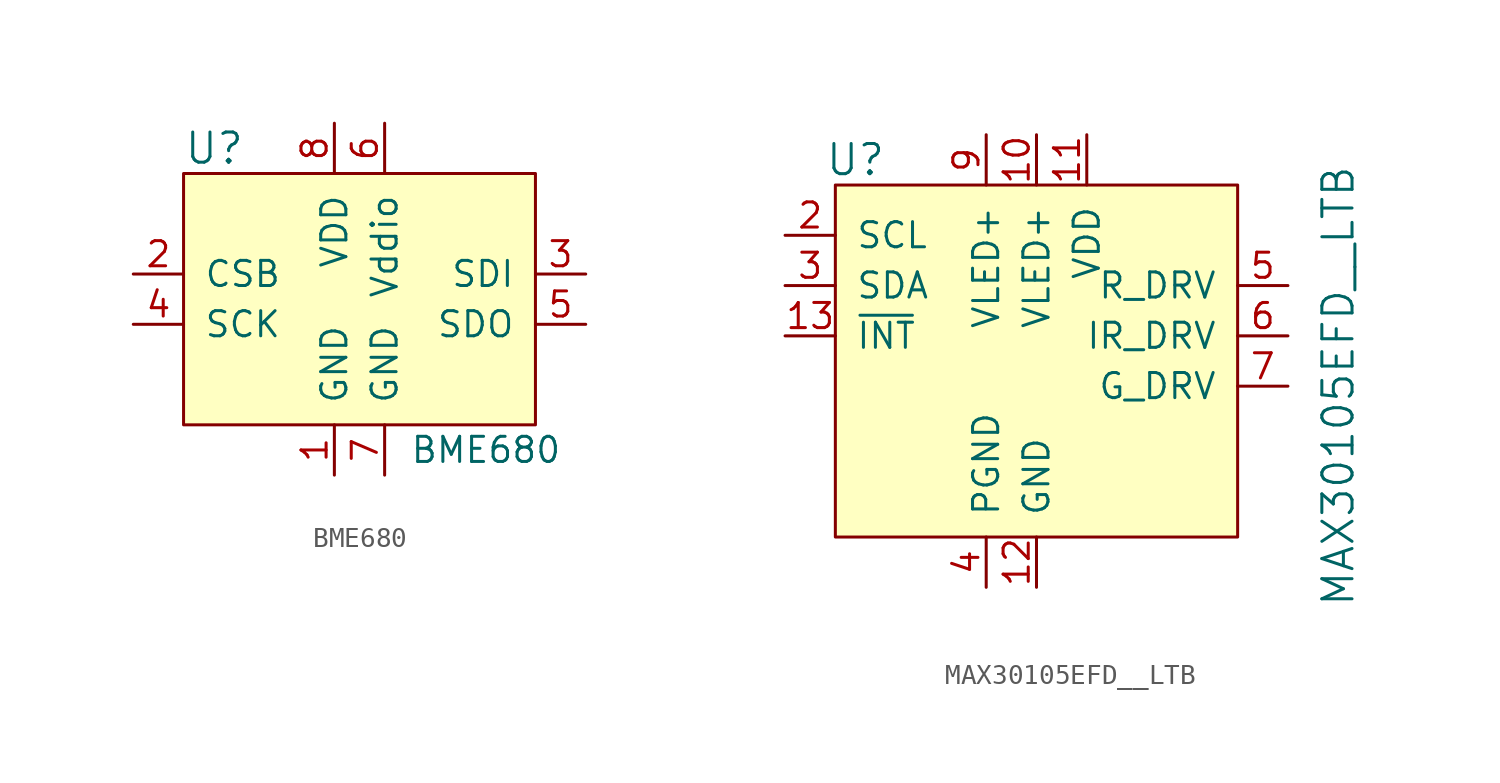
<source format=kicad_sym>
(kicad_symbol_lib
  (version 20220914)
  (generator kicad_symbol_editor)
  (symbol "BME680"
    (pin_names
      (offset 1.016))
    (property "Reference" "U"
      (at -7.62 8.89 0)
      (effects (font (size 1.524 1.524)) (justify left)))
    (property "Value" "BME680"
      (at 3.81 -6.35 0)
      (effects (font (size 1.27 1.27)) (justify left)))
    (symbol "BME680_0_1"
      (rectangle (start -7.62 7.62) (end 10.16 -5.08) (stroke (width 0) (type default)) (fill (type background))))
    (symbol "BME680_1_1"
      (pin power_in line (at 0 -7.62 90) (length 2.54) (name "GND" (effects (font (size 1.27 1.27)))) (number "1" (effects (font (size 1.27 1.27)))))
      (pin input line (at -10.16 2.54 0) (length 2.54) (name "CSB" (effects (font (size 1.27 1.27)))) (number "2" (effects (font (size 1.27 1.27)))))
      (pin bidirectional line (at 12.7 2.54 180) (length 2.54) (name "SDI" (effects (font (size 1.27 1.27)))) (number "3" (effects (font (size 1.27 1.27)))))
      (pin input line (at -10.16 0 0) (length 2.54) (name "SCK" (effects (font (size 1.27 1.27)))) (number "4" (effects (font (size 1.27 1.27)))))
      (pin bidirectional line (at 12.7 0 180) (length 2.54) (name "SDO" (effects (font (size 1.27 1.27)))) (number "5" (effects (font (size 1.27 1.27)))))
      (pin power_in line (at 2.54 10.16 270) (length 2.54) (name "Vddio" (effects (font (size 1.27 1.27)))) (number "6" (effects (font (size 1.27 1.27)))))
      (pin power_in line (at 2.54 -7.62 90) (length 2.54) (name "GND" (effects (font (size 1.27 1.27)))) (number "7" (effects (font (size 1.27 1.27)))))
      (pin power_in line (at 0 10.16 270) (length 2.54) (name "VDD" (effects (font (size 1.27 1.27)))) (number "8" (effects (font (size 1.27 1.27)))))))
  (symbol "MAX30105EFD__LTB"
    (pin_names
      (offset 1.016))
    (property "Reference" "U"
      (at -9.144 11.43 0)
      (effects (font (size 1.524 1.524))))
    (property "Value" "MAX30105EFD__LTB"
      (at 15.24 0 90)
      (effects (font (size 1.524 1.524))))
    (symbol "MAX30105EFD__LTB_0_1"
      (rectangle (start -10.16 10.16) (end 10.16 -7.62) (stroke (width 0) (type default)) (fill (type background))))
    (symbol "MAX30105EFD__LTB_1_1"
      (pin no_connect line (at -10.16 0 0) (length 2.54) hide (name "NC" (effects (font (size 1.27 1.27)))) (number "1" (effects (font (size 1.27 1.27)))))
      (pin power_in line (at 0 12.7 270) (length 2.54) (name "VLED+" (effects (font (size 1.27 1.27)))) (number "10" (effects (font (size 1.27 1.27)))))
      (pin power_in line (at 2.54 12.7 270) (length 2.54) (name "VDD" (effects (font (size 1.27 1.27)))) (number "11" (effects (font (size 1.27 1.27)))))
      (pin power_in line (at 0 -10.16 90) (length 2.54) (name "GND" (effects (font (size 1.27 1.27)))) (number "12" (effects (font (size 1.27 1.27)))))
      (pin input line (at -12.7 2.54 0) (length 2.54) (name "~{INT}" (effects (font (size 1.27 1.27)))) (number "13" (effects (font (size 1.27 1.27)))))
      (pin no_connect line (at -10.16 -2.54 0) (length 2.54) hide (name "NC" (effects (font (size 1.27 1.27)))) (number "14" (effects (font (size 1.27 1.27)))))
      (pin input line (at -12.7 7.62 0) (length 2.54) (name "SCL" (effects (font (size 1.27 1.27)))) (number "2" (effects (font (size 1.27 1.27)))))
      (pin bidirectional line (at -12.7 5.08 0) (length 2.54) (name "SDA" (effects (font (size 1.27 1.27)))) (number "3" (effects (font (size 1.27 1.27)))))
      (pin power_in line (at -2.54 -10.16 90) (length 2.54) (name "PGND" (effects (font (size 1.27 1.27)))) (number "4" (effects (font (size 1.27 1.27)))))
      (pin output line (at 12.7 5.08 180) (length 2.54) (name "R_DRV" (effects (font (size 1.27 1.27)))) (number "5" (effects (font (size 1.27 1.27)))))
      (pin output line (at 12.7 2.54 180) (length 2.54) (name "IR_DRV" (effects (font (size 1.27 1.27)))) (number "6" (effects (font (size 1.27 1.27)))))
      (pin output line (at 12.7 0 180) (length 2.54) (name "G_DRV" (effects (font (size 1.27 1.27)))) (number "7" (effects (font (size 1.27 1.27)))))
      (pin no_connect line (at -10.16 -5.08 0) (length 2.54) hide (name "NC" (effects (font (size 1.27 1.27)))) (number "8" (effects (font (size 1.27 1.27)))))
      (pin power_in line (at -2.54 12.7 270) (length 2.54) (name "VLED+" (effects (font (size 1.27 1.27)))) (number "9" (effects (font (size 1.27 1.27))))))))
</source>
